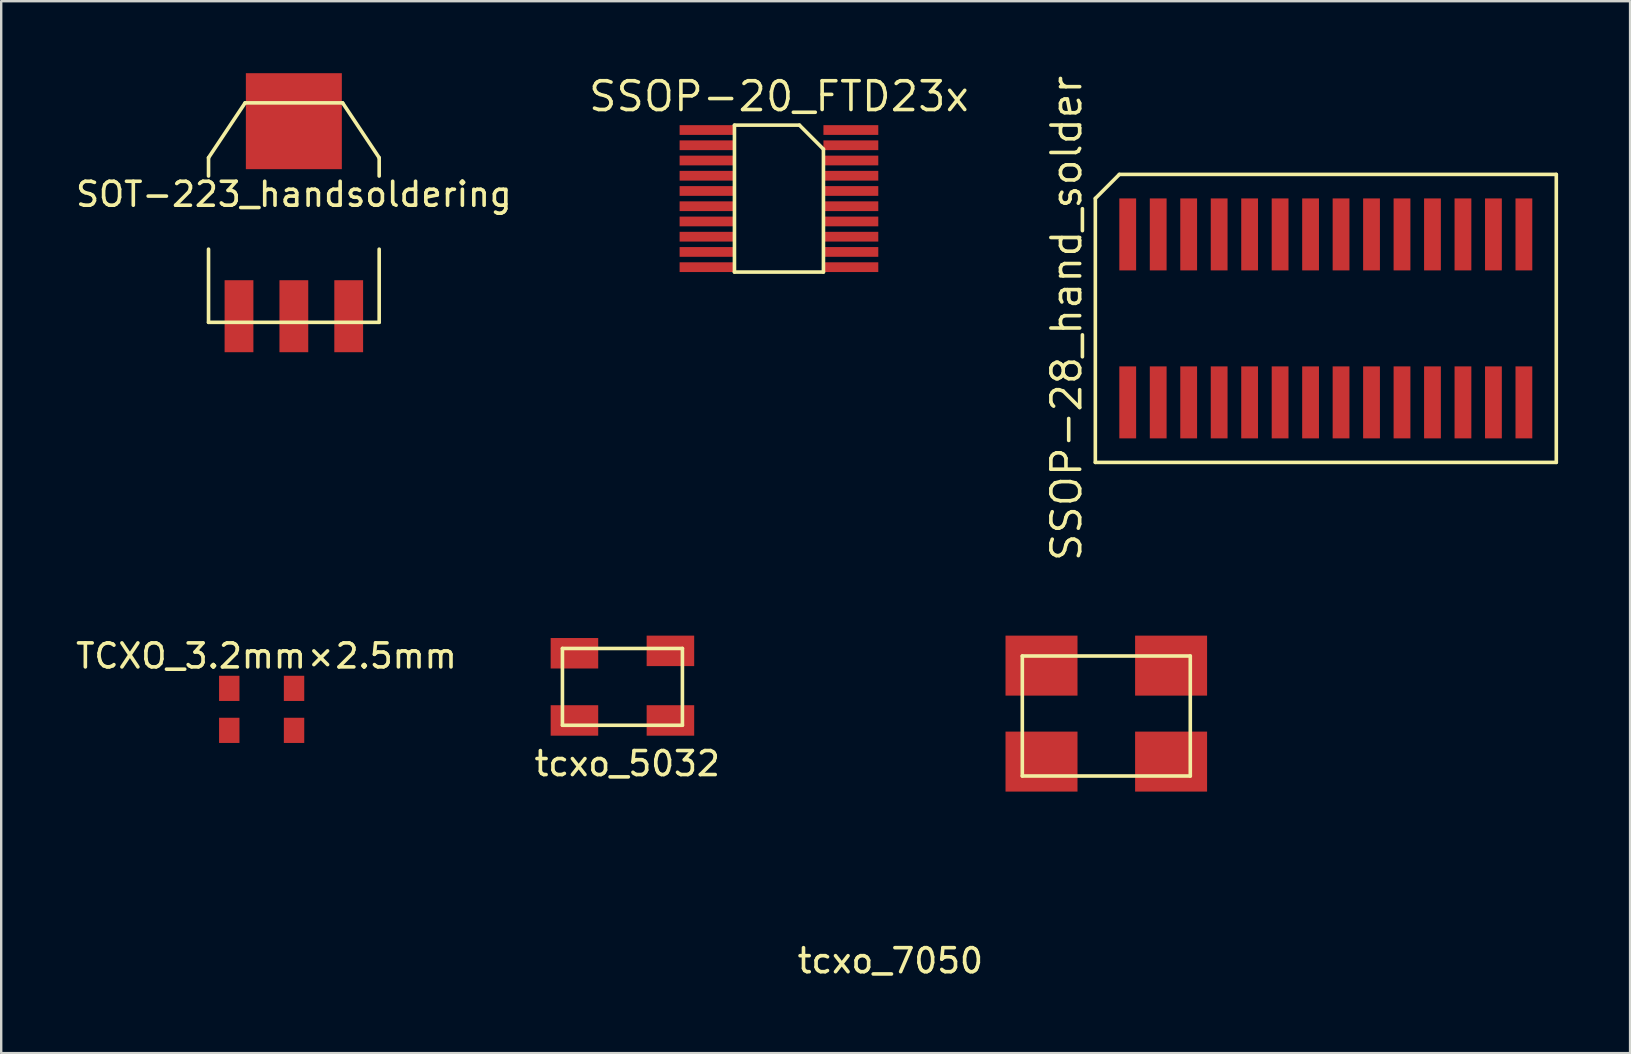
<source format=kicad_pcb>
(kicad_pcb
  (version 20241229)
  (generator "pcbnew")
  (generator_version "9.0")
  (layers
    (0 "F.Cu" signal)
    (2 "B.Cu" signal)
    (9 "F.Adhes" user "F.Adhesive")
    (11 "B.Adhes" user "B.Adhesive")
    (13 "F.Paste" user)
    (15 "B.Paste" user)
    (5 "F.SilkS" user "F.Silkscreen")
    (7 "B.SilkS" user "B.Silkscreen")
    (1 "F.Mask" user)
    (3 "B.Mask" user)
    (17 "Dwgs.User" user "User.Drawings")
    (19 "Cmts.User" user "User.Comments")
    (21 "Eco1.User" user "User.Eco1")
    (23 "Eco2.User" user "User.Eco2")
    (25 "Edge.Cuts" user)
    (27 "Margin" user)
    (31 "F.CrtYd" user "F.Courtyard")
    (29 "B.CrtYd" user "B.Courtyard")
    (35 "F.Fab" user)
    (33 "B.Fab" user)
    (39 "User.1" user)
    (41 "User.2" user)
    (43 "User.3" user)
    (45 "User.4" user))
  (footprint "TCXO_3.2mm×2.5mm"
    (layer "F.Cu")
    (at 6.504 27.387)
    (property "Reference" "TCXO_3.2mm×2.5mm" (at 1.55 -3.1 0) (layer "F.SilkS") (effects (font (size 1 1) (thickness 0.15))))
    (attr through_hole)
    (pad "1" smd rect (at 0 0) (size 0.85 1.05) (layers "F.Cu" "F.Mask" "F.Paste"))
    (pad "2" smd rect (at 2.7 0) (size 0.85 1.05) (layers "F.Cu" "F.Mask" "F.Paste"))
    (pad "3" smd rect (at 2.7 -1.75) (size 0.85 1.05) (layers "F.Cu" "F.Mask" "F.Paste"))
    (pad "4" smd rect (at 0 -1.75) (size 0.85 1.05) (layers "F.Cu" "F.Mask" "F.Paste")))
  (footprint "tcxo_5032"
    (layer "F.Cu")
    (at 20.389 27.174)
    (property "Reference" "tcxo_5032" (at 2.7 1.6 0) (layer "F.SilkS") (effects (font (size 1 1) (thickness 0.15))))
    (attr through_hole)
    (fp_line (start 0 -3.2) (end 5 -3.2) (stroke (width 0.15) (type solid)) (layer "F.SilkS"))
    (fp_line (start 0 0) (end 0 -3.2) (stroke (width 0.15) (type solid)) (layer "F.SilkS"))
    (fp_line (start 0 0) (end 5 0) (stroke (width 0.15) (type solid)) (layer "F.SilkS"))
    (fp_line (start 5 -3.2) (end 5 0) (stroke (width 0.15) (type solid)) (layer "F.SilkS"))
    (pad "1" smd rect (at 0.5 -0.2) (size 1.981 1.27) (layers "F.Cu" "F.Mask" "F.Paste"))
    (pad "2" smd rect (at 4.5 -0.2) (size 1.981 1.27) (layers "F.Cu" "F.Mask" "F.Paste"))
    (pad "3" smd rect (at 4.5 -3.1) (size 1.981 1.27) (layers "F.Cu" "F.Mask" "F.Paste"))
    (pad "4" smd rect (at 0.5 -3) (size 1.981 1.27) (layers "F.Cu" "F.Mask" "F.Paste")))
  (footprint "SSOP-28_hand_solder"
    (layer "F.Cu")
    (at 52.202 10.219)
    (property "Reference" "SSOP-28_hand_solder" (at -10.805 0 90) (layer "F.SilkS") (effects (font (size 1.2 1.2) (thickness 0.15))))
    (attr through_hole)
    (fp_line (start -9.605 -5) (end -9.605 6) (stroke (width 0.15) (type solid)) (layer "F.SilkS"))
    (fp_line (start -9.605 6) (end 9.605 6) (stroke (width 0.15) (type solid)) (layer "F.SilkS"))
    (fp_line (start -8.605 -6) (end -9.605 -5) (stroke (width 0.15) (type solid)) (layer "F.SilkS"))
    (fp_line (start 9.605 -6) (end -8.605 -6) (stroke (width 0.15) (type solid)) (layer "F.SilkS"))
    (fp_line (start 9.605 6) (end 9.605 -6) (stroke (width 0.15) (type solid)) (layer "F.SilkS"))
    (pad "1" smd rect (at -8.255 3.5) (size 0.7 3) (layers "F.Cu" "F.Mask" "F.Paste"))
    (pad "2" smd rect (at -6.985 3.5) (size 0.7 3) (layers "F.Cu" "F.Mask" "F.Paste"))
    (pad "3" smd rect (at -5.715 3.5) (size 0.7 3) (layers "F.Cu" "F.Mask" "F.Paste"))
    (pad "4" smd rect (at -4.445 3.5) (size 0.7 3) (layers "F.Cu" "F.Mask" "F.Paste"))
    (pad "5" smd rect (at -3.175 3.5) (size 0.7 3) (layers "F.Cu" "F.Mask" "F.Paste"))
    (pad "6" smd rect (at -1.905 3.5) (size 0.7 3) (layers "F.Cu" "F.Mask" "F.Paste"))
    (pad "7" smd rect (at -0.635 3.5) (size 0.7 3) (layers "F.Cu" "F.Mask" "F.Paste"))
    (pad "8" smd rect (at 0.635 3.5) (size 0.7 3) (layers "F.Cu" "F.Mask" "F.Paste"))
    (pad "9" smd rect (at 1.905 3.5) (size 0.7 3) (layers "F.Cu" "F.Mask" "F.Paste"))
    (pad "10" smd rect (at 3.175 3.5) (size 0.7 3) (layers "F.Cu" "F.Mask" "F.Paste"))
    (pad "11" smd rect (at 4.445 3.5) (size 0.7 3) (layers "F.Cu" "F.Mask" "F.Paste"))
    (pad "12" smd rect (at 5.715 3.5) (size 0.7 3) (layers "F.Cu" "F.Mask" "F.Paste"))
    (pad "13" smd rect (at 6.985 3.5) (size 0.7 3) (layers "F.Cu" "F.Mask" "F.Paste"))
    (pad "14" smd rect (at 8.255 3.5) (size 0.7 3) (layers "F.Cu" "F.Mask" "F.Paste"))
    (pad "15" smd rect (at 8.255 -3.5) (size 0.7 3) (layers "F.Cu" "F.Mask" "F.Paste"))
    (pad "16" smd rect (at 6.985 -3.5) (size 0.7 3) (layers "F.Cu" "F.Mask" "F.Paste"))
    (pad "17" smd rect (at 5.715 -3.5) (size 0.7 3) (layers "F.Cu" "F.Mask" "F.Paste"))
    (pad "18" smd rect (at 4.445 -3.5) (size 0.7 3) (layers "F.Cu" "F.Mask" "F.Paste"))
    (pad "19" smd rect (at 3.175 -3.5) (size 0.7 3) (layers "F.Cu" "F.Mask" "F.Paste"))
    (pad "20" smd rect (at 1.905 -3.5) (size 0.7 3) (layers "F.Cu" "F.Mask" "F.Paste"))
    (pad "21" smd rect (at 0.635 -3.5) (size 0.7 3) (layers "F.Cu" "F.Mask" "F.Paste"))
    (pad "22" smd rect (at -0.635 -3.5) (size 0.7 3) (layers "F.Cu" "F.Mask" "F.Paste"))
    (pad "23" smd rect (at -1.905 -3.5) (size 0.7 3) (layers "F.Cu" "F.Mask" "F.Paste"))
    (pad "24" smd rect (at -3.175 -3.5) (size 0.7 3) (layers "F.Cu" "F.Mask" "F.Paste"))
    (pad "25" smd rect (at -4.445 -3.5) (size 0.7 3) (layers "F.Cu" "F.Mask" "F.Paste"))
    (pad "26" smd rect (at -5.715 -3.5) (size 0.7 3) (layers "F.Cu" "F.Mask" "F.Paste"))
    (pad "27" smd rect (at -6.985 -3.5) (size 0.7 3) (layers "F.Cu" "F.Mask" "F.Paste"))
    (pad "28" smd rect (at -8.255 -3.5) (size 0.7 3) (layers "F.Cu" "F.Mask" "F.Paste")))
  (footprint "SOT-223_handsoldering"
    (layer "F.Cu")
    (at 9.196 5.81)
    (property "Reference" "SOT-223_handsoldering" (at 0 -0.762 0) (layer "F.SilkS") (effects (font (size 1 1) (thickness 0.15))))
    (attr smd)
    (fp_line (start -3.556 -2.286) (end -2.032 -4.572) (stroke (width 0.15) (type solid)) (layer "F.SilkS"))
    (fp_line (start -3.556 -1.524) (end -3.556 -2.286) (stroke (width 0.15) (type solid)) (layer "F.SilkS"))
    (fp_line (start -3.556 1.524) (end -3.556 4.572) (stroke (width 0.15) (type solid)) (layer "F.SilkS"))
    (fp_line (start -3.556 4.572) (end 3.556 4.572) (stroke (width 0.15) (type solid)) (layer "F.SilkS"))
    (fp_line (start -2.032 -4.572) (end 2.032 -4.572) (stroke (width 0.15) (type solid)) (layer "F.SilkS"))
    (fp_line (start 2.032 -4.572) (end 3.556 -2.286) (stroke (width 0.15) (type solid)) (layer "F.SilkS"))
    (fp_line (start 3.556 -2.286) (end 3.556 -1.524) (stroke (width 0.15) (type solid)) (layer "F.SilkS"))
    (fp_line (start 3.556 4.572) (end 3.556 1.524) (stroke (width 0.15) (type solid)) (layer "F.SilkS"))
    (pad "1" smd rect (at -2.286 4.318) (size 1.2 3) (layers "F.Cu" "F.Mask" "F.Paste"))
    (pad "2" smd rect (at 0 4.318) (size 1.2 3) (layers "F.Cu" "F.Mask" "F.Paste"))
    (pad "3" smd rect (at 2.286 4.318) (size 1.2 3) (layers "F.Cu" "F.Mask" "F.Paste"))
    (pad "4" smd rect (at 0 -3.81) (size 4 4) (layers "F.Cu" "F.Mask" "F.Paste")))
  (footprint "tcxo_7050"
    (layer "F.Cu")
    (at 39.554 29.289)
    (property "Reference" "tcxo_7050" (at -5.5 7.7 0) (layer "F.SilkS") (effects (font (size 1 1) (thickness 0.15))))
    (attr through_hole)
    (fp_line (start 0 -5) (end 7 -5) (stroke (width 0.15) (type solid)) (layer "F.SilkS"))
    (fp_line (start 0 0) (end 0 -5) (stroke (width 0.15) (type solid)) (layer "F.SilkS"))
    (fp_line (start 0 0) (end 7 0) (stroke (width 0.15) (type solid)) (layer "F.SilkS"))
    (fp_line (start 7 -5) (end 7 0) (stroke (width 0.15) (type solid)) (layer "F.SilkS"))
    (pad "1" smd rect (at 0.8 -0.6) (size 3 2.5) (layers "F.Cu" "F.Mask" "F.Paste"))
    (pad "2" smd rect (at 6.2 -0.6) (size 3 2.5) (layers "F.Cu" "F.Mask" "F.Paste"))
    (pad "3" smd rect (at 6.2 -4.6) (size 3 2.5) (layers "F.Cu" "F.Mask" "F.Paste"))
    (pad "4" smd rect (at 0.8 -4.6) (size 3 2.5) (layers "F.Cu" "F.Mask" "F.Paste")))
  (footprint "SSOP-20_FTD23x"
    (layer "F.Cu")
    (at 24.15 8.928)
    (property "Reference" "SSOP-20_FTD23x" (at 5.262 -7.962 0) (layer "F.SilkS") (effects (font (size 1.2 1.2) (thickness 0.15))))
    (attr through_hole)
    (fp_line (start 3.408 -6.762) (end 3.408 -0.641) (stroke (width 0.15) (type solid)) (layer "F.SilkS"))
    (fp_line (start 3.408 -0.641) (end 7.116 -0.641) (stroke (width 0.15) (type solid)) (layer "F.SilkS"))
    (fp_line (start 6.116 -6.762) (end 3.408 -6.762) (stroke (width 0.15) (type solid)) (layer "F.SilkS"))
    (fp_line (start 7.116 -5.762) (end 6.116 -6.762) (stroke (width 0.15) (type solid)) (layer "F.SilkS"))
    (fp_line (start 7.116 -0.641) (end 7.116 -5.762) (stroke (width 0.15) (type solid)) (layer "F.SilkS"))
    (pad "1" smd rect (at 2.265 -6.559 270) (size 0.406 2.286) (layers "F.Cu" "F.Mask" "F.Paste"))
    (pad "2" smd rect (at 2.265 -5.924 270) (size 0.406 2.286) (layers "F.Cu" "F.Mask" "F.Paste"))
    (pad "3" smd rect (at 2.265 -5.289 270) (size 0.406 2.286) (layers "F.Cu" "F.Mask" "F.Paste"))
    (pad "4" smd rect (at 2.265 -4.654 270) (size 0.406 2.286) (layers "F.Cu" "F.Mask" "F.Paste"))
    (pad "5" smd rect (at 2.265 -4.019 270) (size 0.406 2.286) (layers "F.Cu" "F.Mask" "F.Paste"))
    (pad "6" smd rect (at 2.265 -3.384 270) (size 0.406 2.286) (layers "F.Cu" "F.Mask" "F.Paste"))
    (pad "7" smd rect (at 2.265 -2.749 270) (size 0.406 2.286) (layers "F.Cu" "F.Mask" "F.Paste"))
    (pad "8" smd rect (at 2.265 -2.114 270) (size 0.406 2.286) (layers "F.Cu" "F.Mask" "F.Paste"))
    (pad "9" smd rect (at 2.265 -1.479 270) (size 0.406 2.286) (layers "F.Cu" "F.Mask" "F.Paste"))
    (pad "10" smd rect (at 2.265 -0.844 270) (size 0.406 2.286) (layers "F.Cu" "F.Mask" "F.Paste"))
    (pad "11" smd rect (at 8.259 -0.844 270) (size 0.406 2.286) (layers "F.Cu" "F.Mask" "F.Paste"))
    (pad "12" smd rect (at 8.259 -1.479 270) (size 0.406 2.286) (layers "F.Cu" "F.Mask" "F.Paste"))
    (pad "13" smd rect (at 8.259 -2.114 270) (size 0.406 2.286) (layers "F.Cu" "F.Mask" "F.Paste"))
    (pad "14" smd rect (at 8.259 -2.749 270) (size 0.406 2.286) (layers "F.Cu" "F.Mask" "F.Paste"))
    (pad "15" smd rect (at 8.259 -3.384 270) (size 0.406 2.286) (layers "F.Cu" "F.Mask" "F.Paste"))
    (pad "16" smd rect (at 8.259 -4.019 270) (size 0.406 2.286) (layers "F.Cu" "F.Mask" "F.Paste"))
    (pad "17" smd rect (at 8.259 -4.654 270) (size 0.406 2.286) (layers "F.Cu" "F.Mask" "F.Paste"))
    (pad "18" smd rect (at 8.259 -5.289 270) (size 0.406 2.286) (layers "F.Cu" "F.Mask" "F.Paste"))
    (pad "19" smd rect (at 8.259 -5.924 270) (size 0.406 2.286) (layers "F.Cu" "F.Mask" "F.Paste"))
    (pad "20" smd rect (at 8.259 -6.559 270) (size 0.406 2.286) (layers "F.Cu" "F.Mask" "F.Paste")))
  (gr_rect
    (start -3 -3)
    (end 64.882 40.837)
    (stroke (width 0.1) (type default))
    (fill no)
    (layer "Edge.Cuts")))
</source>
